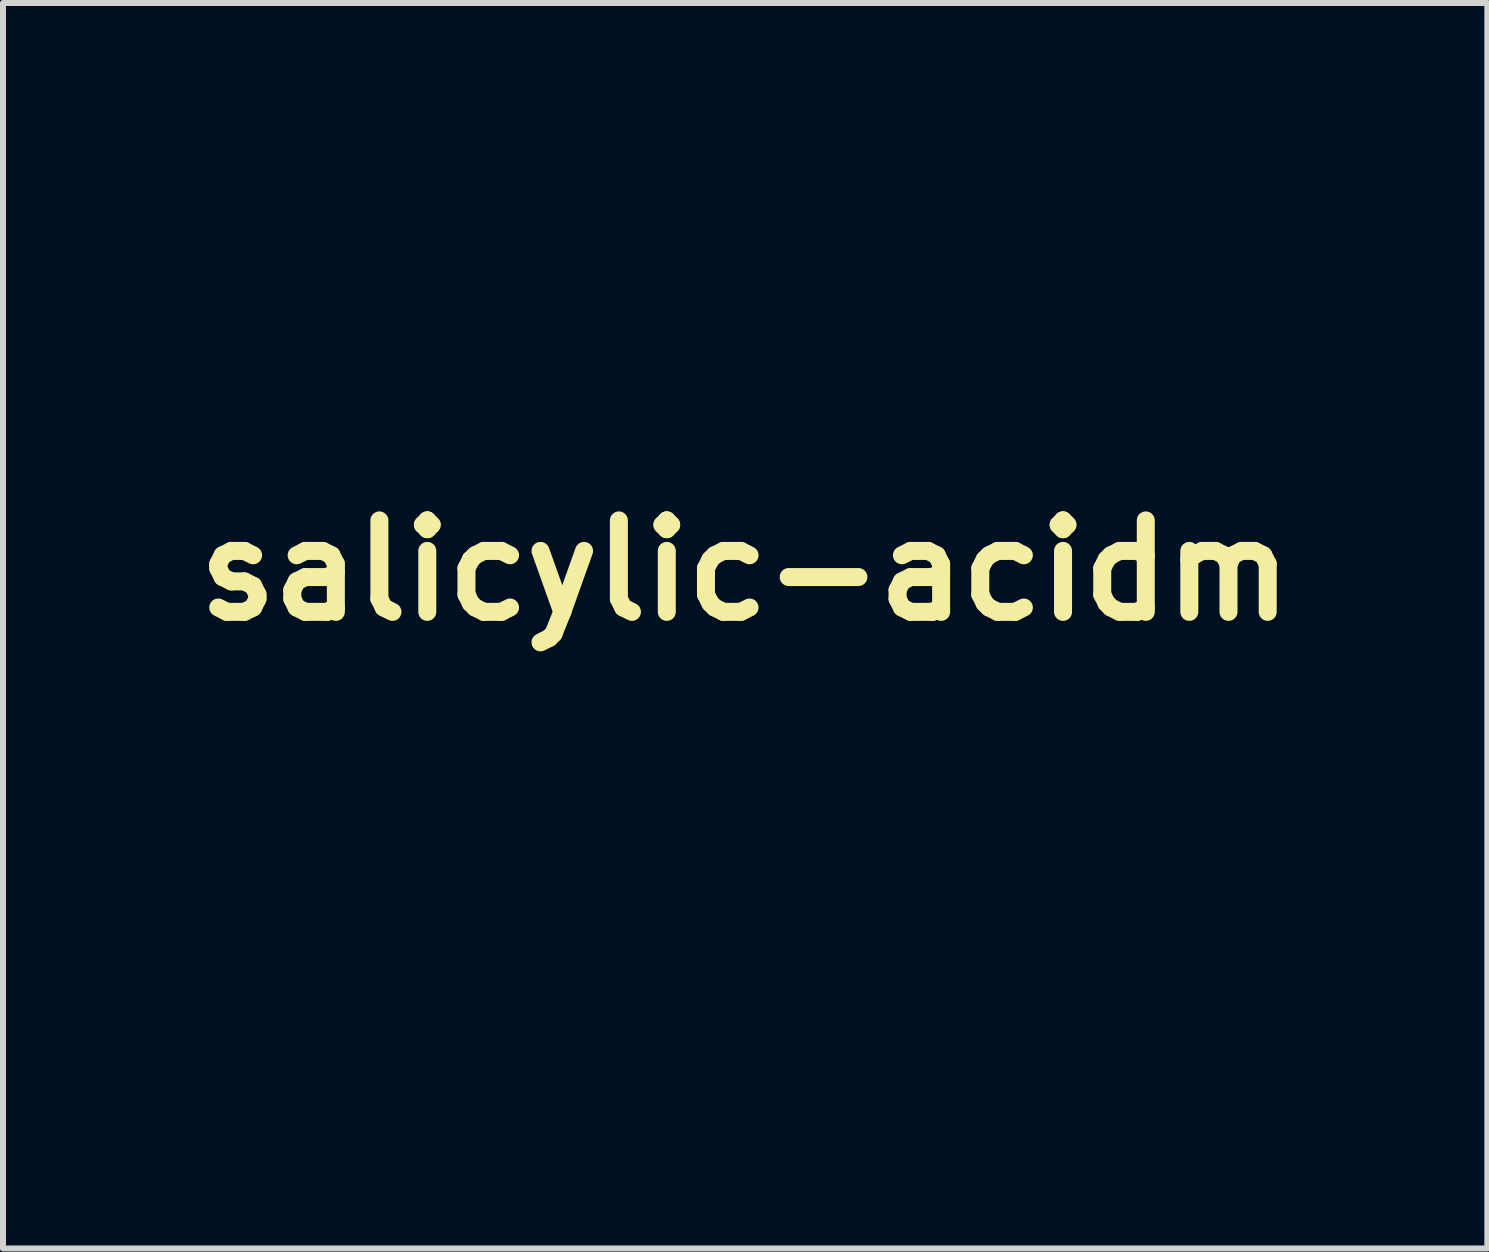
<source format=kicad_pcb>
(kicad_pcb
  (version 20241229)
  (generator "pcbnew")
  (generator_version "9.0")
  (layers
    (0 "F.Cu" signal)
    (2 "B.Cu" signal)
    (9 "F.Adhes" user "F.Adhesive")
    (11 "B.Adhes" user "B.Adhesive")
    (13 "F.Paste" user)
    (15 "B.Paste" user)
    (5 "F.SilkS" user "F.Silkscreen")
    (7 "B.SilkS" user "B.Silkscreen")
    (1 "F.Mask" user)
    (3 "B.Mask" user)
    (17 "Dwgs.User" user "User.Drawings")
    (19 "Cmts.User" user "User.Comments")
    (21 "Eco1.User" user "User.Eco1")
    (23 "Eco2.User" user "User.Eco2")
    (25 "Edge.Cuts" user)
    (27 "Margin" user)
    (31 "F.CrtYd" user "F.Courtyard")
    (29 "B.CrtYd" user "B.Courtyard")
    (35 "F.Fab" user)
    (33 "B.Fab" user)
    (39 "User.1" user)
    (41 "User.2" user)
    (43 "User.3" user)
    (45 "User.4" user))
  (footprint "salicylic-acidm"
    (layer "F.Cu")
    (at 9.369 6.458)
    (property "Reference" "salicylic-acidm" (at 0 0 0) (layer "F.SilkS") (effects (font (size 1.524 1.524) (thickness 0.3))))
    (attr through_hole)
    (fp_poly (pts (xy 1.778 -5.624) (xy 2.613 -5.624) (xy 2.613 -6.423) (xy 2.939 -6.423) (xy 2.939 -4.463) (xy 2.613 -4.463) (xy 2.613 -5.334) (xy 1.778 -5.334) (xy 1.778 -4.463) (xy 1.415 -4.463) (xy 1.415 -6.423) (xy 1.778 -6.423) (xy 1.778 -5.624)) (stroke (width 0.01) (type solid)) (fill yes) (layer "F.Mask"))
    (fp_poly (pts (xy 5.298 -1.089) (xy 6.132 -1.089) (xy 6.132 -1.887) (xy 6.459 -1.887) (xy 6.459 0.073) (xy 6.132 0.073) (xy 6.132 -0.798) (xy 5.298 -0.798) (xy 5.298 0.073) (xy 4.935 0.073) (xy 4.935 -1.887) (xy 5.298 -1.887) (xy 5.298 -1.089)) (stroke (width 0.01) (type solid)) (fill yes) (layer "F.Mask"))
    (fp_poly (pts (xy -6.749 5.37) (xy -6.858 5.37) (xy -6.934 5.381) (xy -6.967 5.406) (xy -6.967 5.407) (xy -6.997 5.435) (xy -7.07 5.445) (xy -7.158 5.438) (xy -7.235 5.416) (xy -7.271 5.385) (xy -7.276 5.339) (xy -7.28 5.227) (xy -7.283 5.056) (xy -7.287 4.835) (xy -7.289 4.568) (xy -7.291 4.265) (xy -7.293 3.931) (xy -7.293 3.574) (xy -7.293 3.462) (xy -7.293 1.597) (xy -6.749 1.597) (xy -6.749 5.37)) (stroke (width 0.01) (type solid)) (fill yes) (layer "F.Mask"))
    (fp_poly (pts (xy -3.862 -0.392) (xy -3.767 -0.341) (xy -3.625 -0.262) (xy -3.442 -0.16) (xy -3.225 -0.038) (xy -2.983 0.099) (xy -2.723 0.247) (xy -2.451 0.401) (xy -2.176 0.558) (xy -1.904 0.713) (xy -1.644 0.863) (xy -1.403 1.002) (xy -1.187 1.126) (xy -1.005 1.232) (xy -0.864 1.315) (xy -0.771 1.371) (xy -0.734 1.395) (xy -0.715 1.431) (xy -0.722 1.491) (xy -0.757 1.591) (xy -0.803 1.699) (xy -0.859 1.821) (xy -0.907 1.912) (xy -0.936 1.955) (xy -0.94 1.957) (xy -0.975 1.939) (xy -1.066 1.889) (xy -1.209 1.809) (xy -1.396 1.703) (xy -1.622 1.575) (xy -1.88 1.427) (xy -2.165 1.265) (xy -2.471 1.09) (xy -2.536 1.053) (xy -2.845 0.875) (xy -3.136 0.707) (xy -3.402 0.554) (xy -3.636 0.418) (xy -3.834 0.302) (xy -3.988 0.212) (xy -4.092 0.149) (xy -4.141 0.118) (xy -4.144 0.116) (xy -4.145 0.07) (xy -4.119 -0.018) (xy -4.075 -0.129) (xy -4.021 -0.242) (xy -3.967 -0.339) (xy -3.921 -0.4) (xy -3.901 -0.411) (xy -3.862 -0.392)) (stroke (width 0.01) (type solid)) (fill yes) (layer "F.Mask"))
    (fp_poly (pts (xy -1.004 4.918) (xy -0.987 4.929) (xy -0.98 4.937) (xy -0.911 5.038) (xy -0.847 5.155) (xy -0.797 5.266) (xy -0.771 5.35) (xy -0.772 5.38) (xy -0.806 5.407) (xy -0.896 5.468) (xy -1.036 5.559) (xy -1.22 5.674) (xy -1.441 5.811) (xy -1.694 5.966) (xy -1.971 6.134) (xy -2.237 6.294) (xy -2.533 6.472) (xy -2.813 6.64) (xy -3.069 6.794) (xy -3.295 6.929) (xy -3.484 7.043) (xy -3.629 7.131) (xy -3.725 7.189) (xy -3.762 7.212) (xy -3.814 7.238) (xy -3.854 7.227) (xy -3.901 7.167) (xy -3.929 7.124) (xy -4.006 6.984) (xy -4.059 6.856) (xy -4.081 6.756) (xy -4.069 6.703) (xy -4.032 6.679) (xy -3.939 6.62) (xy -3.797 6.533) (xy -3.61 6.419) (xy -3.386 6.282) (xy -3.131 6.128) (xy -2.85 5.958) (xy -2.551 5.778) (xy -2.535 5.769) (xy -2.191 5.562) (xy -1.903 5.39) (xy -1.667 5.25) (xy -1.477 5.138) (xy -1.327 5.053) (xy -1.213 4.991) (xy -1.129 4.949) (xy -1.07 4.925) (xy -1.03 4.915) (xy -1.004 4.918)) (stroke (width 0.01) (type solid)) (fill yes) (layer "F.Mask"))
    (fp_poly (pts (xy -3.578 -6.392) (xy -3.392 -6.288) (xy -3.25 -6.139) (xy -3.165 -5.964) (xy -3.126 -5.819) (xy -3.12 -5.729) (xy -3.15 -5.681) (xy -3.224 -5.663) (xy -3.293 -5.661) (xy -3.466 -5.661) (xy -3.531 -5.844) (xy -3.619 -6.01) (xy -3.738 -6.118) (xy -3.88 -6.163) (xy -4.035 -6.141) (xy -4.126 -6.097) (xy -4.264 -5.975) (xy -4.355 -5.803) (xy -4.401 -5.578) (xy -4.407 -5.425) (xy -4.403 -5.259) (xy -4.386 -5.139) (xy -4.352 -5.042) (xy -4.323 -4.986) (xy -4.204 -4.832) (xy -4.056 -4.744) (xy -3.883 -4.717) (xy -3.728 -4.751) (xy -3.602 -4.847) (xy -3.51 -5.001) (xy -3.481 -5.094) (xy -3.439 -5.261) (xy -3.075 -5.261) (xy -3.099 -5.107) (xy -3.161 -4.884) (xy -3.265 -4.695) (xy -3.402 -4.556) (xy -3.417 -4.545) (xy -3.511 -4.493) (xy -3.611 -4.461) (xy -3.743 -4.445) (xy -3.839 -4.44) (xy -3.989 -4.439) (xy -4.124 -4.446) (xy -4.215 -4.46) (xy -4.221 -4.462) (xy -4.41 -4.559) (xy -4.568 -4.715) (xy -4.687 -4.92) (xy -4.761 -5.163) (xy -4.782 -5.336) (xy -4.774 -5.644) (xy -4.709 -5.905) (xy -4.588 -6.122) (xy -4.546 -6.172) (xy -4.408 -6.305) (xy -4.269 -6.387) (xy -4.101 -6.433) (xy -4.036 -6.443) (xy -3.796 -6.446) (xy -3.578 -6.392)) (stroke (width 0.01) (type solid)) (fill yes) (layer "F.Mask"))
    (fp_poly (pts (xy -1.758 -6.435) (xy -1.55 -6.363) (xy -1.361 -6.237) (xy -1.202 -6.056) (xy -1.141 -5.951) (xy -1.099 -5.826) (xy -1.071 -5.654) (xy -1.057 -5.46) (xy -1.059 -5.268) (xy -1.079 -5.104) (xy -1.089 -5.061) (xy -1.153 -4.916) (xy -1.259 -4.761) (xy -1.386 -4.622) (xy -1.514 -4.523) (xy -1.529 -4.515) (xy -1.638 -4.479) (xy -1.789 -4.453) (xy -1.951 -4.441) (xy -2.096 -4.444) (xy -2.177 -4.459) (xy -2.41 -4.565) (xy -2.588 -4.715) (xy -2.713 -4.911) (xy -2.787 -5.156) (xy -2.805 -5.373) (xy -2.441 -5.373) (xy -2.408 -5.173) (xy -2.339 -4.994) (xy -2.233 -4.852) (xy -2.141 -4.785) (xy -1.983 -4.726) (xy -1.838 -4.733) (xy -1.704 -4.799) (xy -1.579 -4.904) (xy -1.496 -5.028) (xy -1.45 -5.189) (xy -1.434 -5.4) (xy -1.433 -5.443) (xy -1.445 -5.664) (xy -1.485 -5.831) (xy -1.561 -5.961) (xy -1.678 -6.069) (xy -1.707 -6.09) (xy -1.861 -6.153) (xy -2.024 -6.149) (xy -2.182 -6.08) (xy -2.192 -6.073) (xy -2.313 -5.945) (xy -2.394 -5.775) (xy -2.437 -5.579) (xy -2.441 -5.373) (xy -2.805 -5.373) (xy -2.811 -5.445) (xy -2.808 -5.609) (xy -2.796 -5.728) (xy -2.768 -5.83) (xy -2.718 -5.941) (xy -2.702 -5.972) (xy -2.563 -6.175) (xy -2.388 -6.322) (xy -2.188 -6.415) (xy -1.975 -6.453) (xy -1.758 -6.435)) (stroke (width 0.01) (type solid)) (fill yes) (layer "F.Mask"))
    (fp_poly (pts (xy 0.346 -6.435) (xy 0.554 -6.363) (xy 0.744 -6.237) (xy 0.902 -6.056) (xy 0.964 -5.951) (xy 1.005 -5.826) (xy 1.034 -5.654) (xy 1.048 -5.46) (xy 1.046 -5.268) (xy 1.026 -5.104) (xy 1.016 -5.061) (xy 0.951 -4.916) (xy 0.845 -4.761) (xy 0.718 -4.622) (xy 0.59 -4.523) (xy 0.575 -4.515) (xy 0.466 -4.479) (xy 0.316 -4.453) (xy 0.153 -4.441) (xy 0.008 -4.444) (xy -0.073 -4.459) (xy -0.306 -4.565) (xy -0.484 -4.715) (xy -0.608 -4.911) (xy -0.682 -5.156) (xy -0.7 -5.373) (xy -0.337 -5.373) (xy -0.304 -5.173) (xy -0.234 -4.994) (xy -0.128 -4.852) (xy -0.037 -4.785) (xy 0.122 -4.726) (xy 0.266 -4.733) (xy 0.401 -4.799) (xy 0.526 -4.904) (xy 0.608 -5.028) (xy 0.654 -5.189) (xy 0.671 -5.4) (xy 0.671 -5.443) (xy 0.659 -5.664) (xy 0.619 -5.831) (xy 0.544 -5.961) (xy 0.427 -6.069) (xy 0.397 -6.09) (xy 0.244 -6.153) (xy 0.08 -6.149) (xy -0.077 -6.08) (xy -0.087 -6.073) (xy -0.208 -5.945) (xy -0.289 -5.775) (xy -0.332 -5.579) (xy -0.337 -5.373) (xy -0.7 -5.373) (xy -0.706 -5.445) (xy -0.704 -5.609) (xy -0.691 -5.728) (xy -0.663 -5.83) (xy -0.613 -5.941) (xy -0.598 -5.972) (xy -0.459 -6.175) (xy -0.284 -6.322) (xy -0.084 -6.415) (xy 0.13 -6.453) (xy 0.346 -6.435)) (stroke (width 0.01) (type solid)) (fill yes) (layer "F.Mask"))
    (fp_poly (pts (xy 3.866 -1.9) (xy 4.074 -1.828) (xy 4.263 -1.701) (xy 4.422 -1.52) (xy 4.484 -1.415) (xy 4.525 -1.29) (xy 4.554 -1.118) (xy 4.567 -0.924) (xy 4.565 -0.733) (xy 4.546 -0.568) (xy 4.535 -0.525) (xy 4.471 -0.38) (xy 4.365 -0.225) (xy 4.238 -0.086) (xy 4.11 0.013) (xy 4.095 0.021) (xy 3.986 0.057) (xy 3.835 0.083) (xy 3.673 0.095) (xy 3.528 0.092) (xy 3.447 0.077) (xy 3.214 -0.029) (xy 3.036 -0.179) (xy 2.911 -0.375) (xy 2.838 -0.62) (xy 2.819 -0.838) (xy 3.183 -0.838) (xy 3.216 -0.637) (xy 3.286 -0.458) (xy 3.392 -0.316) (xy 3.483 -0.249) (xy 3.642 -0.19) (xy 3.786 -0.198) (xy 3.921 -0.263) (xy 4.046 -0.368) (xy 4.128 -0.493) (xy 4.174 -0.653) (xy 4.191 -0.864) (xy 4.191 -0.907) (xy 4.179 -1.128) (xy 4.139 -1.295) (xy 4.064 -1.425) (xy 3.947 -1.533) (xy 3.917 -1.554) (xy 3.764 -1.617) (xy 3.6 -1.614) (xy 3.442 -1.544) (xy 3.432 -1.537) (xy 3.312 -1.409) (xy 3.23 -1.239) (xy 3.188 -1.044) (xy 3.183 -0.838) (xy 2.819 -0.838) (xy 2.813 -0.91) (xy 2.816 -1.074) (xy 2.828 -1.192) (xy 2.857 -1.294) (xy 2.906 -1.405) (xy 2.922 -1.436) (xy 3.061 -1.639) (xy 3.236 -1.787) (xy 3.436 -1.879) (xy 3.65 -1.917) (xy 3.866 -1.9)) (stroke (width 0.01) (type solid)) (fill yes) (layer "F.Mask"))
    (fp_poly (pts (xy -3.701 -1.207) (xy -1.946 -0.204) (xy -1.619 -0.018) (xy -1.31 0.157) (xy -1.026 0.318) (xy -0.772 0.461) (xy -0.555 0.583) (xy -0.379 0.681) (xy -0.25 0.751) (xy -0.175 0.791) (xy -0.158 0.798) (xy -0.12 0.781) (xy -0.027 0.731) (xy 0.116 0.653) (xy 0.3 0.55) (xy 0.519 0.426) (xy 0.767 0.285) (xy 1.035 0.132) (xy 1.105 0.092) (xy 1.418 -0.087) (xy 1.674 -0.233) (xy 1.879 -0.348) (xy 2.039 -0.435) (xy 2.16 -0.498) (xy 2.247 -0.539) (xy 2.307 -0.561) (xy 2.346 -0.568) (xy 2.368 -0.561) (xy 2.377 -0.552) (xy 2.416 -0.488) (xy 2.477 -0.386) (xy 2.535 -0.285) (xy 2.65 -0.079) (xy 1.897 0.355) (xy 1.652 0.496) (xy 1.397 0.641) (xy 1.15 0.783) (xy 0.927 0.91) (xy 0.745 1.013) (xy 0.7 1.039) (xy 0.256 1.288) (xy 0.255 3.361) (xy 0.254 5.434) (xy 0.346 5.598) (xy 0.438 5.762) (xy 0.319 5.834) (xy 0.275 5.86) (xy 0.175 5.918) (xy 0.025 6.005) (xy -0.168 6.118) (xy -0.399 6.252) (xy -0.66 6.404) (xy -0.946 6.569) (xy -1.25 6.746) (xy -1.565 6.928) (xy -1.885 7.114) (xy -2.204 7.299) (xy -2.515 7.48) (xy -2.812 7.652) (xy -3.089 7.812) (xy -3.338 7.957) (xy -3.555 8.082) (xy -3.731 8.184) (xy -3.861 8.259) (xy -3.922 8.294) (xy -3.962 8.283) (xy -3.985 8.265) (xy -4.023 8.24) (xy -4.118 8.183) (xy -4.266 8.095) (xy -4.461 7.981) (xy -4.698 7.843) (xy -4.971 7.685) (xy -5.275 7.509) (xy -5.605 7.318) (xy -5.956 7.117) (xy -6.117 7.024) (xy -8.208 5.824) (xy -8.203 3.634) (xy -8.202 3.142) (xy -8.202 2.719) (xy -8.204 2.361) (xy -8.206 2.066) (xy -8.21 1.829) (xy -8.215 1.647) (xy -8.221 1.516) (xy -8.229 1.434) (xy -8.238 1.396) (xy -8.239 1.394) (xy -8.262 1.318) (xy -8.255 1.288) (xy -7.583 1.288) (xy -7.574 3.424) (xy -7.566 5.56) (xy -6.55 6.159) (xy -6.255 6.333) (xy -5.936 6.52) (xy -5.611 6.71) (xy -5.297 6.893) (xy -5.01 7.059) (xy -4.768 7.199) (xy -4.759 7.205) (xy -3.985 7.65) (xy -3.598 7.424) (xy -3.485 7.359) (xy -3.318 7.261) (xy -3.105 7.138) (xy -2.855 6.992) (xy -2.576 6.83) (xy -2.277 6.657) (xy -1.967 6.477) (xy -1.751 6.352) (xy -0.29 5.504) (xy -0.29 1.313) (xy -2.109 0.269) (xy -2.443 0.079) (xy -2.757 -0.101) (xy -3.048 -0.266) (xy -3.309 -0.413) (xy -3.535 -0.54) (xy -3.719 -0.642) (xy -3.857 -0.717) (xy -3.942 -0.762) (xy -3.969 -0.774) (xy -4.008 -0.756) (xy -4.103 -0.706) (xy -4.248 -0.625) (xy -4.437 -0.519) (xy -4.664 -0.39) (xy -4.923 -0.243) (xy -5.207 -0.079) (xy -5.509 0.096) (xy -5.534 0.11) (xy -5.847 0.291) (xy -6.15 0.467) (xy -6.435 0.631) (xy -6.694 0.781) (xy -6.92 0.911) (xy -7.105 1.018) (xy -7.242 1.096) (xy -7.32 1.141) (xy -7.583 1.288) (xy -8.255 1.288) (xy -8.252 1.28) (xy -8.227 1.19) (xy -8.221 1.133) (xy -8.213 1.112) (xy -8.187 1.082) (xy -8.138 1.042) (xy -8.062 0.987) (xy -7.955 0.917) (xy -7.813 0.827) (xy -7.631 0.716) (xy -7.405 0.581) (xy -7.131 0.419) (xy -6.805 0.227) (xy -6.421 0.003) (xy -6.241 -0.103) (xy -4.264 -1.256) (xy -4.254 -2.696) (xy -4.245 -4.137) (xy -3.701 -4.137) (xy -3.701 -1.207)) (stroke (width 0.01) (type solid)) (fill yes) (layer "F.Mask")))
  (gr_rect
    (start -3 -3)
    (end 21.738 17.757)
    (stroke (width 0.1) (type default))
    (fill no)
    (layer "Edge.Cuts")))
</source>
